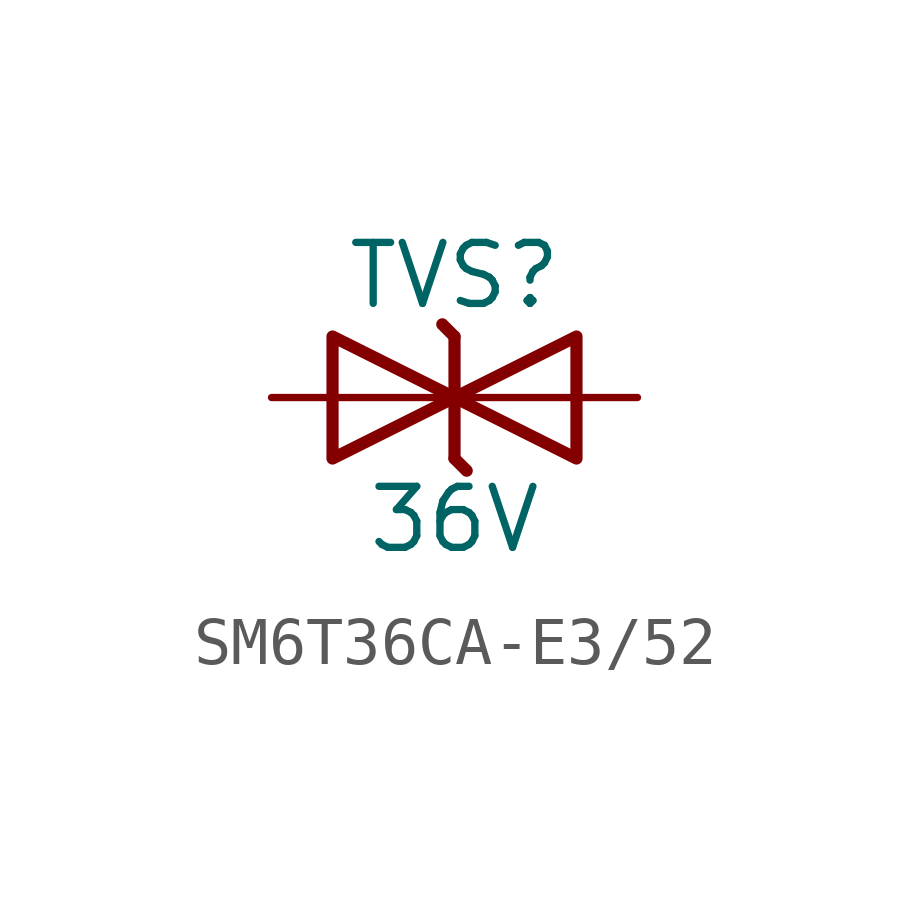
<source format=kicad_sym>
(kicad_symbol_lib
  (version 20220914)
  (generator kicad_symbol_editor)
  (symbol "SM6T36CA-E3/52"
    (pin_numbers hide)
    (pin_names
      (offset 0) hide)
    (property "Reference" "TVS"
      (at 0 2.54 0)
      (effects (font (size 1.27 1.27))))
    (property "Value" "36V"
      (at 0 -2.54 0)
      (effects (font (size 1.27 1.27))))
    (symbol "SM6T36CA-E3/52_0_0"
      (polyline (pts (xy 0 0) (xy -2.54 0)) (stroke (width 0.152) (type default)) (fill (type none)))
      (polyline (pts (xy 2.54 0) (xy 0 0)) (stroke (width 0.152) (type default)) (fill (type none))))
    (symbol "SM6T36CA-E3/52_0_1"
      (polyline (pts (xy 0 1.27) (xy -0.254 1.524)) (stroke (width 0.254) (type default)) (fill (type none)))
      (polyline (pts (xy 0 1.27) (xy 0 -1.27)) (stroke (width 0.254) (type default)) (fill (type none)))
      (polyline (pts (xy 0.254 -1.524) (xy 0 -1.27)) (stroke (width 0.254) (type default)) (fill (type none))))
    (symbol "SM6T36CA-E3/52_1_1"
      (polyline (pts (xy -2.54 1.27) (xy -2.54 -1.27) (xy 0 0) (xy -2.54 1.27)) (stroke (width 0.254) (type default)) (fill (type none)))
      (polyline (pts (xy 2.54 -1.27) (xy 2.54 1.27) (xy 0 0) (xy 2.54 -1.27)) (stroke (width 0.254) (type default)) (fill (type none)))
      (pin passive line (at 3.81 0 180) (length 1.27) (name "AC1" (effects (font (size 1.27 1.27)))) (number "1" (effects (font (size 1.27 1.27)))))
      (pin passive line (at -3.81 0 0) (length 1.27) (name "AC2" (effects (font (size 1.27 1.27)))) (number "2" (effects (font (size 1.27 1.27))))))))
</source>
